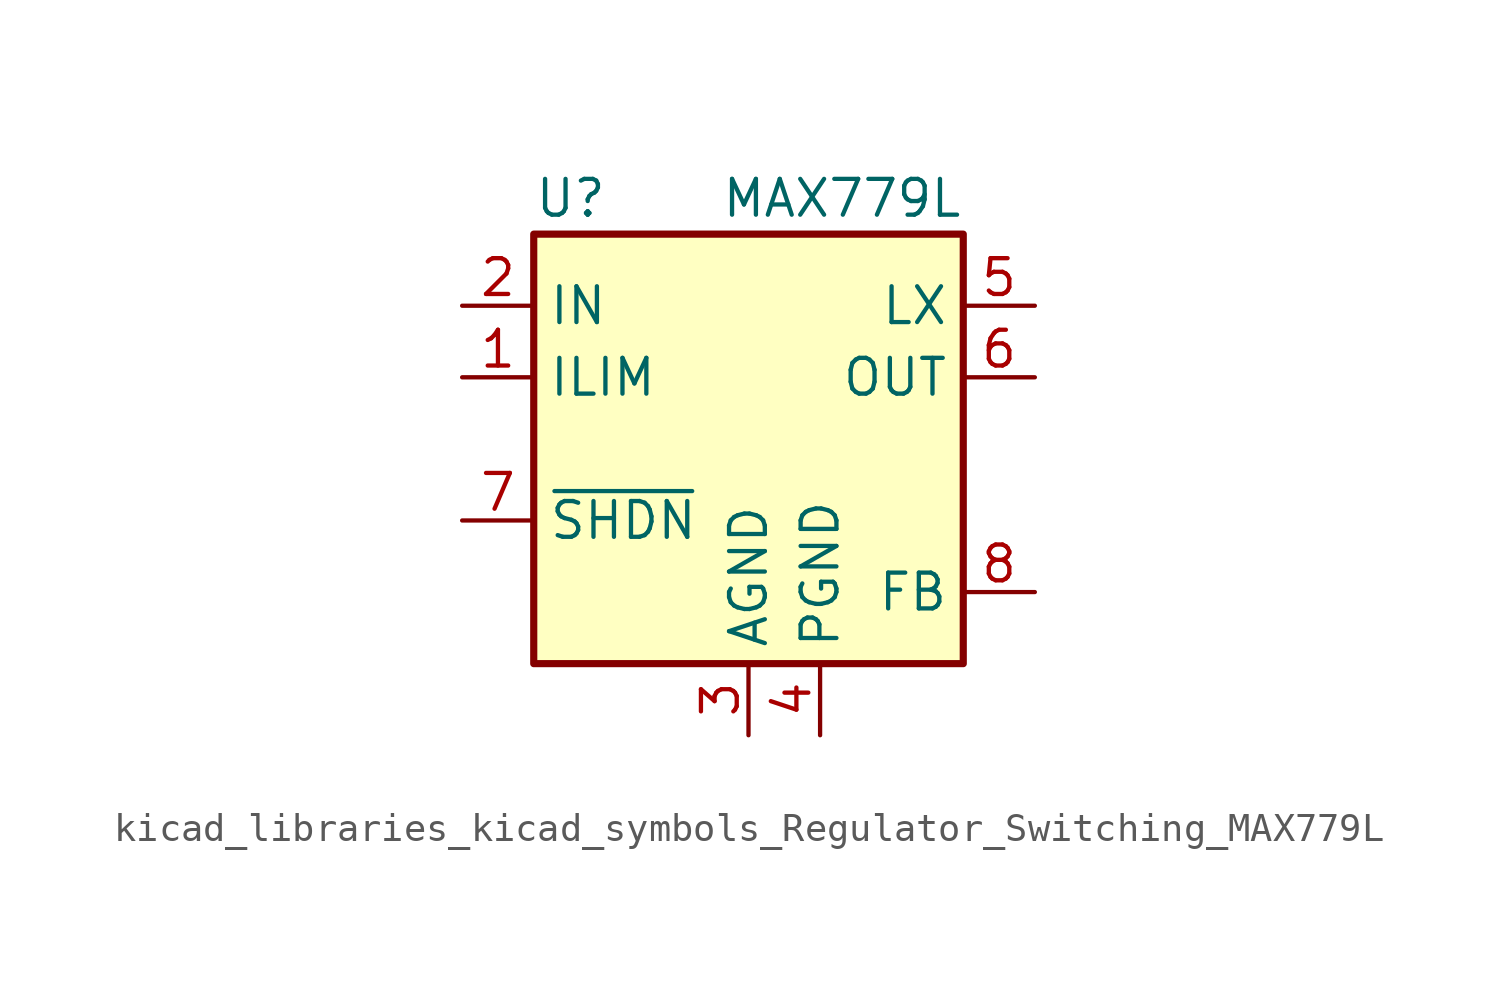
<source format=kicad_sym>
(kicad_symbol_lib
  (version 20220914)
  (generator kicad_symbol_editor)
  (symbol "kicad_libraries_kicad_symbols_Regulator_Switching_MAX779L"
    (property "Reference" "U"
      (at -7.62 8.89 0)
      (effects (font (size 1.27 1.27)) (justify left)))
    (property "Value" "MAX779L"
      (at 7.62 8.89 0)
      (effects (font (size 1.27 1.27)) (justify right)))
    (symbol "kicad_libraries_kicad_symbols_Regulator_Switching_MAX779L_0_1"
      (rectangle (start -7.62 7.62) (end 7.62 -7.62) (stroke (width 0.254) (type default)) (fill (type background))))
    (symbol "kicad_libraries_kicad_symbols_Regulator_Switching_MAX779L_1_1"
      (pin input line (at -10.16 2.54 0) (length 2.54) (name "ILIM" (effects (font (size 1.27 1.27)))) (number "1" (effects (font (size 1.27 1.27)))))
      (pin power_in line (at -10.16 5.08 0) (length 2.54) (name "IN" (effects (font (size 1.27 1.27)))) (number "2" (effects (font (size 1.27 1.27)))))
      (pin power_in line (at 0 -10.16 90) (length 2.54) (name "AGND" (effects (font (size 1.27 1.27)))) (number "3" (effects (font (size 1.27 1.27)))))
      (pin power_in line (at 2.54 -10.16 90) (length 2.54) (name "PGND" (effects (font (size 1.27 1.27)))) (number "4" (effects (font (size 1.27 1.27)))))
      (pin passive line (at 10.16 5.08 180) (length 2.54) (name "LX" (effects (font (size 1.27 1.27)))) (number "5" (effects (font (size 1.27 1.27)))))
      (pin power_out line (at 10.16 2.54 180) (length 2.54) (name "OUT" (effects (font (size 1.27 1.27)))) (number "6" (effects (font (size 1.27 1.27)))))
      (pin input line (at -10.16 -2.54 0) (length 2.54) (name "~{SHDN}" (effects (font (size 1.27 1.27)))) (number "7" (effects (font (size 1.27 1.27)))))
      (pin input line (at 10.16 -5.08 180) (length 2.54) (name "FB" (effects (font (size 1.27 1.27)))) (number "8" (effects (font (size 1.27 1.27))))))))
</source>
